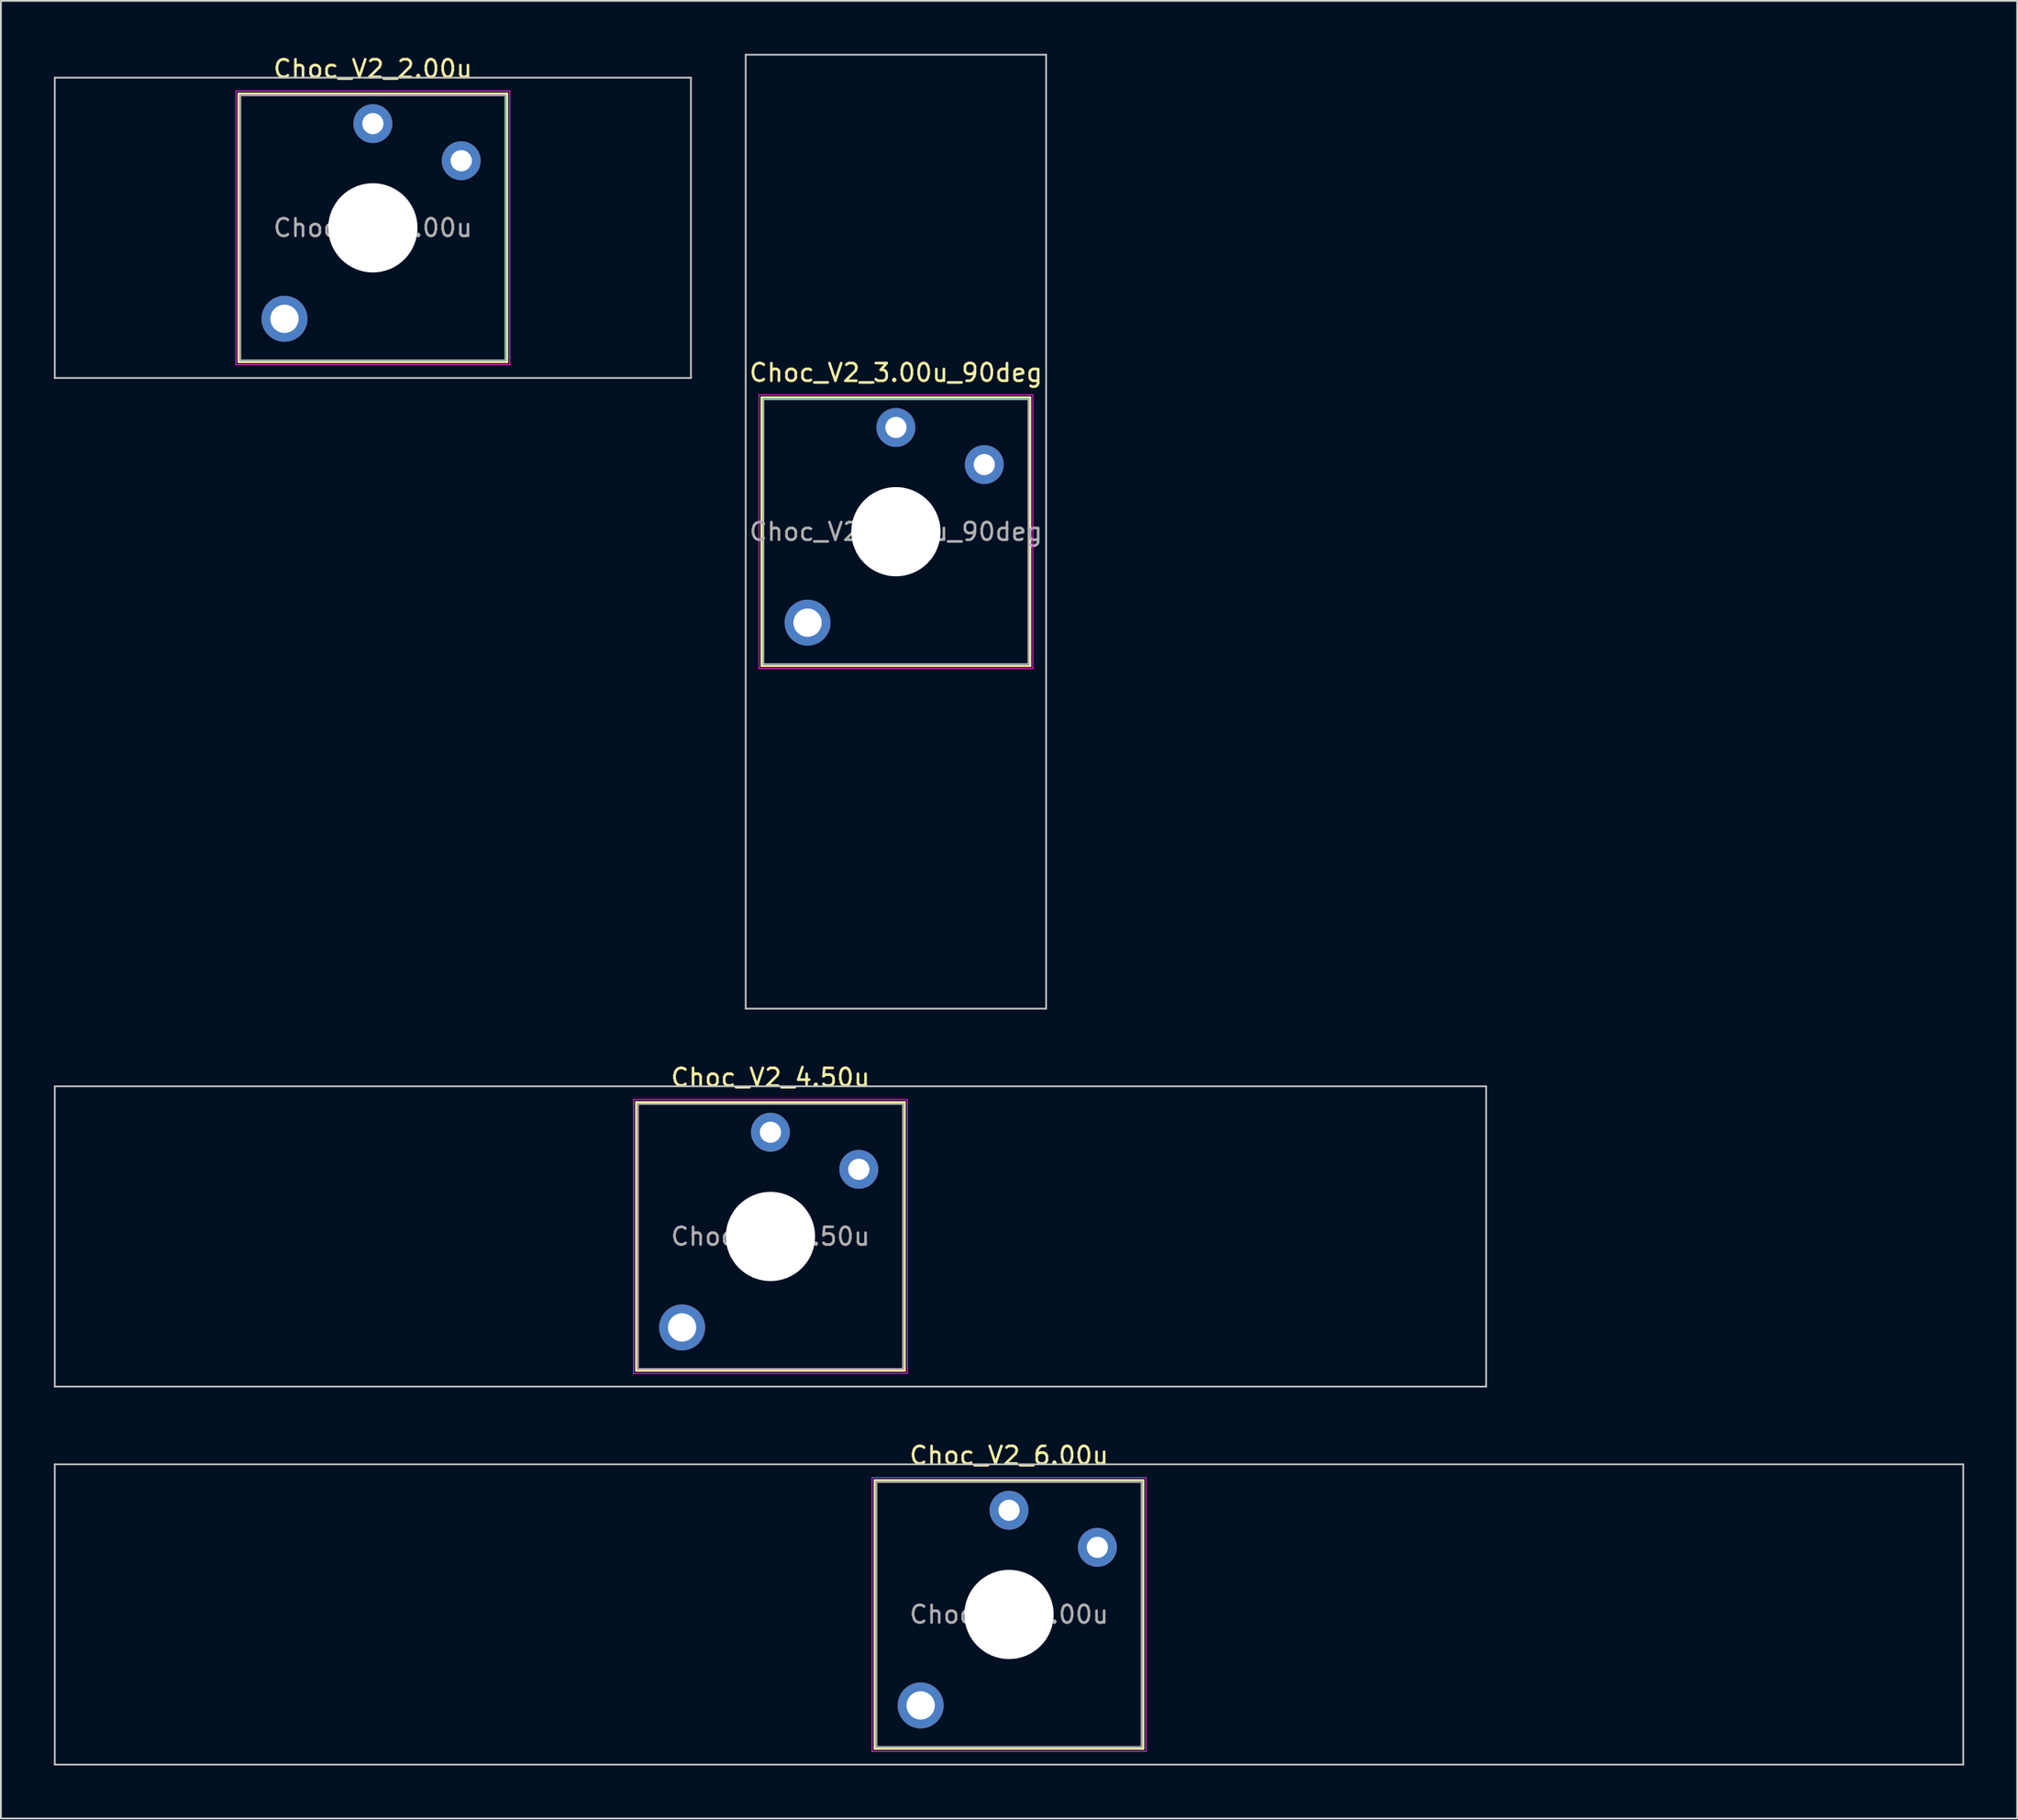
<source format=kicad_pcb>
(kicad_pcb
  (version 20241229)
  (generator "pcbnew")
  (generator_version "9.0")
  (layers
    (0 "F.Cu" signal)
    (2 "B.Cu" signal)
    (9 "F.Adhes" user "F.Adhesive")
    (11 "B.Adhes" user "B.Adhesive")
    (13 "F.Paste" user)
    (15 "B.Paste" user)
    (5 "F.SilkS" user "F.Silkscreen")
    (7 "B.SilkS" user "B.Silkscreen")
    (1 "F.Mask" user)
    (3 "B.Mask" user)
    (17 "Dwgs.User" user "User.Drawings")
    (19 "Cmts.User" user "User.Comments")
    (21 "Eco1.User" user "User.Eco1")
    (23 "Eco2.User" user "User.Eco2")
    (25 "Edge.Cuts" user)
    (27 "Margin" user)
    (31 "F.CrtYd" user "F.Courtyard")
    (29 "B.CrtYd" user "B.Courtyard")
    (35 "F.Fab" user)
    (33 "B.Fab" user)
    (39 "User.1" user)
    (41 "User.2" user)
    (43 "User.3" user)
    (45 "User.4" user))
  (footprint "Choc_V2_4.50u"
    (layer "F.Cu")
    (at 40.55 66.948)
    (property "Reference" "Choc_V2_4.50u" (at 0 -9 0) (layer "F.SilkS") (effects (font (size 1 1) (thickness 0.15))))
    (attr through_hole)
    (fp_line (start -7.6 -7.6) (end -7.6 7.6) (stroke (width 0.12) (type solid)) (layer "F.SilkS"))
    (fp_line (start -7.6 7.6) (end 7.6 7.6) (stroke (width 0.12) (type solid)) (layer "F.SilkS"))
    (fp_line (start 7.6 -7.6) (end -7.6 -7.6) (stroke (width 0.12) (type solid)) (layer "F.SilkS"))
    (fp_line (start 7.6 7.6) (end 7.6 -7.6) (stroke (width 0.12) (type solid)) (layer "F.SilkS"))
    (fp_line (start -40.5 -8.5) (end -40.5 8.5) (stroke (width 0.1) (type solid)) (layer "Dwgs.User"))
    (fp_line (start -40.5 8.5) (end 40.5 8.5) (stroke (width 0.1) (type solid)) (layer "Dwgs.User"))
    (fp_line (start 40.5 -8.5) (end -40.5 -8.5) (stroke (width 0.1) (type solid)) (layer "Dwgs.User"))
    (fp_line (start 40.5 8.5) (end 40.5 -8.5) (stroke (width 0.1) (type solid)) (layer "Dwgs.User"))
    (fp_line (start -7.25 -7.25) (end -7.25 7.25) (stroke (width 0.1) (type solid)) (layer "Eco1.User"))
    (fp_line (start -7.25 7.25) (end 7.25 7.25) (stroke (width 0.1) (type solid)) (layer "Eco1.User"))
    (fp_line (start 7.25 -7.25) (end -7.25 -7.25) (stroke (width 0.1) (type solid)) (layer "Eco1.User"))
    (fp_line (start 7.25 7.25) (end 7.25 -7.25) (stroke (width 0.1) (type solid)) (layer "Eco1.User"))
    (fp_line (start -7.75 -7.75) (end -7.75 7.75) (stroke (width 0.05) (type solid)) (layer "F.CrtYd"))
    (fp_line (start -7.75 7.75) (end 7.75 7.75) (stroke (width 0.05) (type solid)) (layer "F.CrtYd"))
    (fp_line (start 7.75 -7.75) (end -7.75 -7.75) (stroke (width 0.05) (type solid)) (layer "F.CrtYd"))
    (fp_line (start 7.75 7.75) (end 7.75 -7.75) (stroke (width 0.05) (type solid)) (layer "F.CrtYd"))
    (fp_line (start -7.5 -7.5) (end -7.5 7.5) (stroke (width 0.1) (type solid)) (layer "F.Fab"))
    (fp_line (start -7.5 7.5) (end 7.5 7.5) (stroke (width 0.1) (type solid)) (layer "F.Fab"))
    (fp_line (start 7.5 -7.5) (end -7.5 -7.5) (stroke (width 0.1) (type solid)) (layer "F.Fab"))
    (fp_line (start 7.5 7.5) (end 7.5 -7.5) (stroke (width 0.1) (type solid)) (layer "F.Fab"))
    (fp_text user "${REFERENCE}" (at 0 0 0) (layer "F.Fab") (effects (font (size 1 1) (thickness 0.15))))
    (pad "" thru_hole circle (at -5 5.15) (size 2.6 2.6) (drill 1.6) (layers "*.Cu" "*.Mask"))
    (pad "" np_thru_hole circle (at 0 0) (size 5.05 5.05) (drill 5.05) (layers "*.Cu" "*.Mask"))
    (pad "1" thru_hole circle (at 0 -5.9) (size 2.2 2.2) (drill 1.2) (layers "*.Cu" "*.Mask"))
    (pad "2" thru_hole circle (at 5 -3.8) (size 2.2 2.2) (drill 1.2) (layers "*.Cu" "*.Mask")))
  (footprint "Choc_V2_6.00u"
    (layer "F.Cu")
    (at 54.05 88.347)
    (property "Reference" "Choc_V2_6.00u" (at 0 -9 0) (layer "F.SilkS") (effects (font (size 1 1) (thickness 0.15))))
    (attr through_hole)
    (fp_line (start -7.6 -7.6) (end -7.6 7.6) (stroke (width 0.12) (type solid)) (layer "F.SilkS"))
    (fp_line (start -7.6 7.6) (end 7.6 7.6) (stroke (width 0.12) (type solid)) (layer "F.SilkS"))
    (fp_line (start 7.6 -7.6) (end -7.6 -7.6) (stroke (width 0.12) (type solid)) (layer "F.SilkS"))
    (fp_line (start 7.6 7.6) (end 7.6 -7.6) (stroke (width 0.12) (type solid)) (layer "F.SilkS"))
    (fp_line (start -54 -8.5) (end -54 8.5) (stroke (width 0.1) (type solid)) (layer "Dwgs.User"))
    (fp_line (start -54 8.5) (end 54 8.5) (stroke (width 0.1) (type solid)) (layer "Dwgs.User"))
    (fp_line (start 54 -8.5) (end -54 -8.5) (stroke (width 0.1) (type solid)) (layer "Dwgs.User"))
    (fp_line (start 54 8.5) (end 54 -8.5) (stroke (width 0.1) (type solid)) (layer "Dwgs.User"))
    (fp_line (start -7.25 -7.25) (end -7.25 7.25) (stroke (width 0.1) (type solid)) (layer "Eco1.User"))
    (fp_line (start -7.25 7.25) (end 7.25 7.25) (stroke (width 0.1) (type solid)) (layer "Eco1.User"))
    (fp_line (start 7.25 -7.25) (end -7.25 -7.25) (stroke (width 0.1) (type solid)) (layer "Eco1.User"))
    (fp_line (start 7.25 7.25) (end 7.25 -7.25) (stroke (width 0.1) (type solid)) (layer "Eco1.User"))
    (fp_line (start -7.75 -7.75) (end -7.75 7.75) (stroke (width 0.05) (type solid)) (layer "F.CrtYd"))
    (fp_line (start -7.75 7.75) (end 7.75 7.75) (stroke (width 0.05) (type solid)) (layer "F.CrtYd"))
    (fp_line (start 7.75 -7.75) (end -7.75 -7.75) (stroke (width 0.05) (type solid)) (layer "F.CrtYd"))
    (fp_line (start 7.75 7.75) (end 7.75 -7.75) (stroke (width 0.05) (type solid)) (layer "F.CrtYd"))
    (fp_line (start -7.5 -7.5) (end -7.5 7.5) (stroke (width 0.1) (type solid)) (layer "F.Fab"))
    (fp_line (start -7.5 7.5) (end 7.5 7.5) (stroke (width 0.1) (type solid)) (layer "F.Fab"))
    (fp_line (start 7.5 -7.5) (end -7.5 -7.5) (stroke (width 0.1) (type solid)) (layer "F.Fab"))
    (fp_line (start 7.5 7.5) (end 7.5 -7.5) (stroke (width 0.1) (type solid)) (layer "F.Fab"))
    (fp_text user "${REFERENCE}" (at 0 0 0) (layer "F.Fab") (effects (font (size 1 1) (thickness 0.15))))
    (pad "" thru_hole circle (at -5 5.15) (size 2.6 2.6) (drill 1.6) (layers "*.Cu" "*.Mask"))
    (pad "" np_thru_hole circle (at 0 0) (size 5.05 5.05) (drill 5.05) (layers "*.Cu" "*.Mask"))
    (pad "1" thru_hole circle (at 0 -5.9) (size 2.2 2.2) (drill 1.2) (layers "*.Cu" "*.Mask"))
    (pad "2" thru_hole circle (at 5 -3.8) (size 2.2 2.2) (drill 1.2) (layers "*.Cu" "*.Mask")))
  (footprint "Choc_V2_3.00u_90deg"
    (layer "F.Cu")
    (at 47.65 27.05)
    (property "Reference" "Choc_V2_3.00u_90deg" (at 0 -9 0) (layer "F.SilkS") (effects (font (size 1 1) (thickness 0.15))))
    (attr through_hole)
    (fp_line (start -7.6 -7.6) (end -7.6 7.6) (stroke (width 0.12) (type solid)) (layer "F.SilkS"))
    (fp_line (start -7.6 7.6) (end 7.6 7.6) (stroke (width 0.12) (type solid)) (layer "F.SilkS"))
    (fp_line (start 7.6 -7.6) (end -7.6 -7.6) (stroke (width 0.12) (type solid)) (layer "F.SilkS"))
    (fp_line (start 7.6 7.6) (end 7.6 -7.6) (stroke (width 0.12) (type solid)) (layer "F.SilkS"))
    (fp_line (start -8.5 -27) (end 8.5 -27) (stroke (width 0.1) (type solid)) (layer "Dwgs.User"))
    (fp_line (start -8.5 27) (end -8.5 -27) (stroke (width 0.1) (type solid)) (layer "Dwgs.User"))
    (fp_line (start 8.5 -27) (end 8.5 27) (stroke (width 0.1) (type solid)) (layer "Dwgs.User"))
    (fp_line (start 8.5 27) (end -8.5 27) (stroke (width 0.1) (type solid)) (layer "Dwgs.User"))
    (fp_line (start -7.25 -7.25) (end -7.25 7.25) (stroke (width 0.1) (type solid)) (layer "Eco1.User"))
    (fp_line (start -7.25 7.25) (end 7.25 7.25) (stroke (width 0.1) (type solid)) (layer "Eco1.User"))
    (fp_line (start 7.25 -7.25) (end -7.25 -7.25) (stroke (width 0.1) (type solid)) (layer "Eco1.User"))
    (fp_line (start 7.25 7.25) (end 7.25 -7.25) (stroke (width 0.1) (type solid)) (layer "Eco1.User"))
    (fp_line (start -7.75 -7.75) (end -7.75 7.75) (stroke (width 0.05) (type solid)) (layer "F.CrtYd"))
    (fp_line (start -7.75 7.75) (end 7.75 7.75) (stroke (width 0.05) (type solid)) (layer "F.CrtYd"))
    (fp_line (start 7.75 -7.75) (end -7.75 -7.75) (stroke (width 0.05) (type solid)) (layer "F.CrtYd"))
    (fp_line (start 7.75 7.75) (end 7.75 -7.75) (stroke (width 0.05) (type solid)) (layer "F.CrtYd"))
    (fp_line (start -7.5 -7.5) (end -7.5 7.5) (stroke (width 0.1) (type solid)) (layer "F.Fab"))
    (fp_line (start -7.5 7.5) (end 7.5 7.5) (stroke (width 0.1) (type solid)) (layer "F.Fab"))
    (fp_line (start 7.5 -7.5) (end -7.5 -7.5) (stroke (width 0.1) (type solid)) (layer "F.Fab"))
    (fp_line (start 7.5 7.5) (end 7.5 -7.5) (stroke (width 0.1) (type solid)) (layer "F.Fab"))
    (fp_text user "${REFERENCE}" (at 0 0 0) (layer "F.Fab") (effects (font (size 1 1) (thickness 0.15))))
    (pad "" thru_hole circle (at -5 5.15) (size 2.6 2.6) (drill 1.6) (layers "*.Cu" "*.Mask"))
    (pad "" np_thru_hole circle (at 0 0) (size 5.05 5.05) (drill 5.05) (layers "*.Cu" "*.Mask"))
    (pad "1" thru_hole circle (at 0 -5.9) (size 2.2 2.2) (drill 1.2) (layers "*.Cu" "*.Mask"))
    (pad "2" thru_hole circle (at 5 -3.8) (size 2.2 2.2) (drill 1.2) (layers "*.Cu" "*.Mask")))
  (footprint "Choc_V2_2.00u"
    (layer "F.Cu")
    (at 18.05 9.848)
    (property "Reference" "Choc_V2_2.00u" (at 0 -9 0) (layer "F.SilkS") (effects (font (size 1 1) (thickness 0.15))))
    (attr through_hole)
    (fp_line (start -7.6 -7.6) (end -7.6 7.6) (stroke (width 0.12) (type solid)) (layer "F.SilkS"))
    (fp_line (start -7.6 7.6) (end 7.6 7.6) (stroke (width 0.12) (type solid)) (layer "F.SilkS"))
    (fp_line (start 7.6 -7.6) (end -7.6 -7.6) (stroke (width 0.12) (type solid)) (layer "F.SilkS"))
    (fp_line (start 7.6 7.6) (end 7.6 -7.6) (stroke (width 0.12) (type solid)) (layer "F.SilkS"))
    (fp_line (start -18 -8.5) (end -18 8.5) (stroke (width 0.1) (type solid)) (layer "Dwgs.User"))
    (fp_line (start -18 8.5) (end 18 8.5) (stroke (width 0.1) (type solid)) (layer "Dwgs.User"))
    (fp_line (start 18 -8.5) (end -18 -8.5) (stroke (width 0.1) (type solid)) (layer "Dwgs.User"))
    (fp_line (start 18 8.5) (end 18 -8.5) (stroke (width 0.1) (type solid)) (layer "Dwgs.User"))
    (fp_line (start -7.25 -7.25) (end -7.25 7.25) (stroke (width 0.1) (type solid)) (layer "Eco1.User"))
    (fp_line (start -7.25 7.25) (end 7.25 7.25) (stroke (width 0.1) (type solid)) (layer "Eco1.User"))
    (fp_line (start 7.25 -7.25) (end -7.25 -7.25) (stroke (width 0.1) (type solid)) (layer "Eco1.User"))
    (fp_line (start 7.25 7.25) (end 7.25 -7.25) (stroke (width 0.1) (type solid)) (layer "Eco1.User"))
    (fp_line (start -7.75 -7.75) (end -7.75 7.75) (stroke (width 0.05) (type solid)) (layer "F.CrtYd"))
    (fp_line (start -7.75 7.75) (end 7.75 7.75) (stroke (width 0.05) (type solid)) (layer "F.CrtYd"))
    (fp_line (start 7.75 -7.75) (end -7.75 -7.75) (stroke (width 0.05) (type solid)) (layer "F.CrtYd"))
    (fp_line (start 7.75 7.75) (end 7.75 -7.75) (stroke (width 0.05) (type solid)) (layer "F.CrtYd"))
    (fp_line (start -7.5 -7.5) (end -7.5 7.5) (stroke (width 0.1) (type solid)) (layer "F.Fab"))
    (fp_line (start -7.5 7.5) (end 7.5 7.5) (stroke (width 0.1) (type solid)) (layer "F.Fab"))
    (fp_line (start 7.5 -7.5) (end -7.5 -7.5) (stroke (width 0.1) (type solid)) (layer "F.Fab"))
    (fp_line (start 7.5 7.5) (end 7.5 -7.5) (stroke (width 0.1) (type solid)) (layer "F.Fab"))
    (fp_text user "${REFERENCE}" (at 0 0 0) (layer "F.Fab") (effects (font (size 1 1) (thickness 0.15))))
    (pad "" thru_hole circle (at -5 5.15) (size 2.6 2.6) (drill 1.6) (layers "*.Cu" "*.Mask"))
    (pad "" np_thru_hole circle (at 0 0) (size 5.05 5.05) (drill 5.05) (layers "*.Cu" "*.Mask"))
    (pad "1" thru_hole circle (at 0 -5.9) (size 2.2 2.2) (drill 1.2) (layers "*.Cu" "*.Mask"))
    (pad "2" thru_hole circle (at 5 -3.8) (size 2.2 2.2) (drill 1.2) (layers "*.Cu" "*.Mask")))
  (gr_rect
    (start -3 -3)
    (end 111.1 99.897)
    (stroke (width 0.1) (type default))
    (fill no)
    (layer "Edge.Cuts")))
</source>
